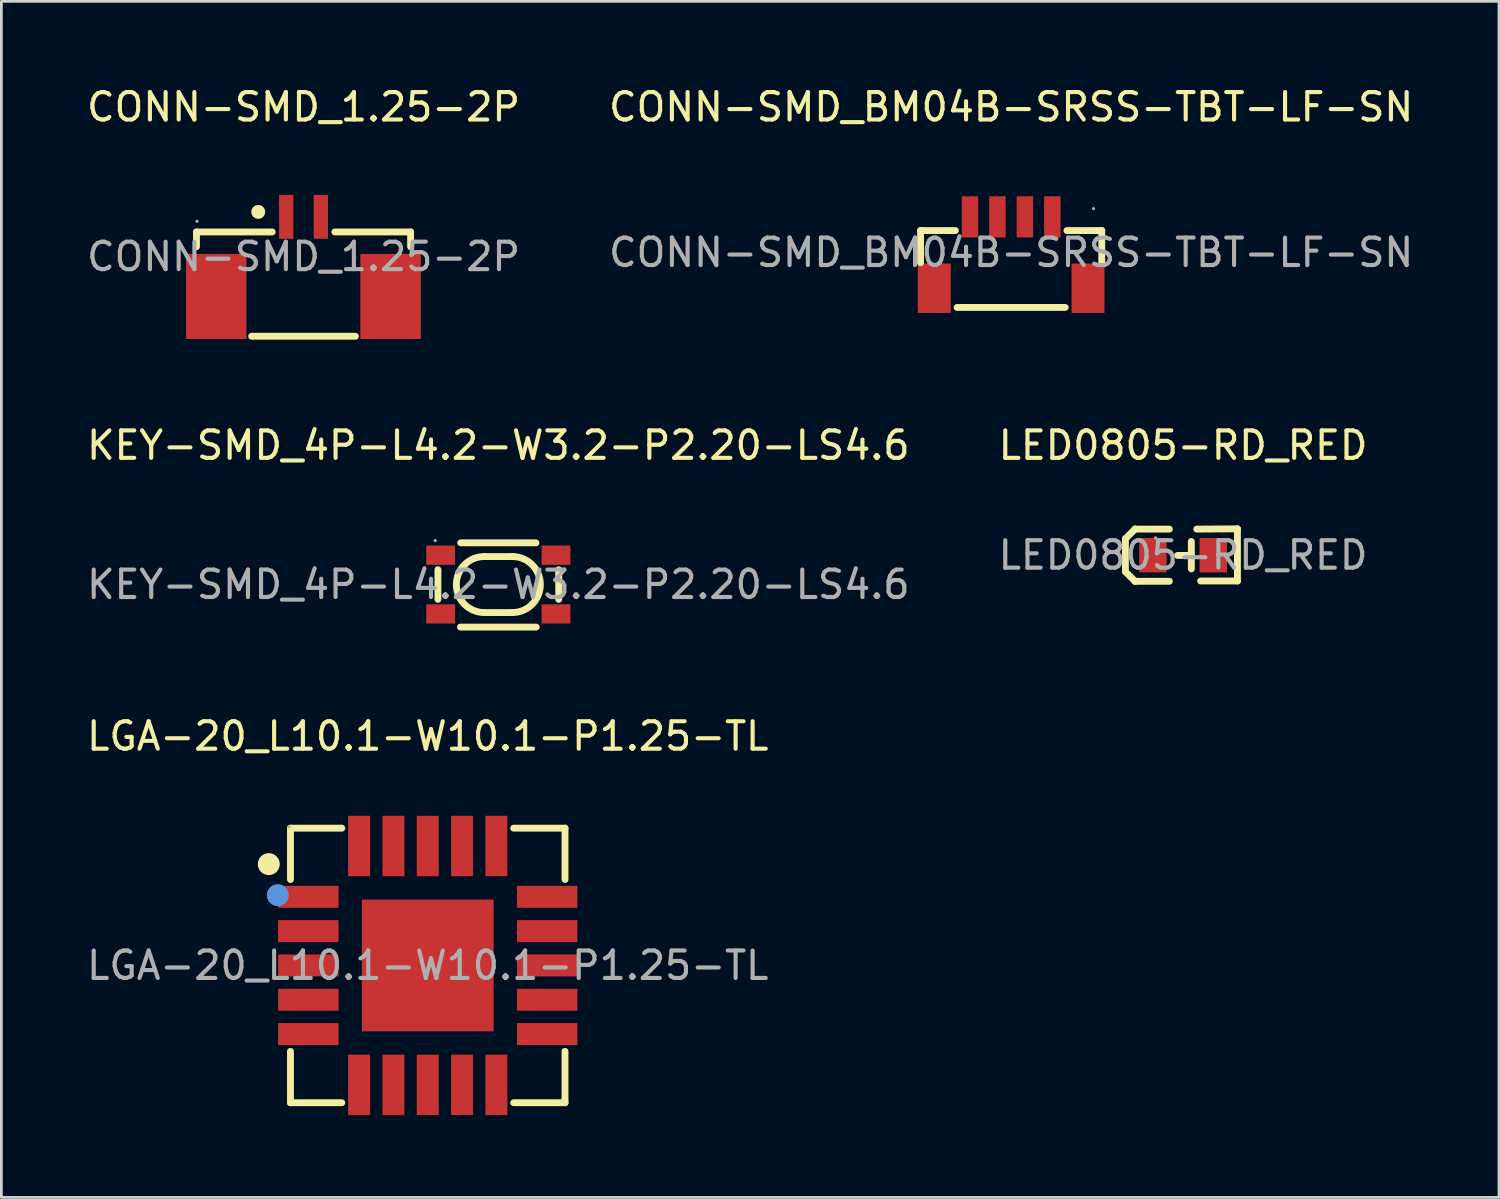
<source format=kicad_pcb>
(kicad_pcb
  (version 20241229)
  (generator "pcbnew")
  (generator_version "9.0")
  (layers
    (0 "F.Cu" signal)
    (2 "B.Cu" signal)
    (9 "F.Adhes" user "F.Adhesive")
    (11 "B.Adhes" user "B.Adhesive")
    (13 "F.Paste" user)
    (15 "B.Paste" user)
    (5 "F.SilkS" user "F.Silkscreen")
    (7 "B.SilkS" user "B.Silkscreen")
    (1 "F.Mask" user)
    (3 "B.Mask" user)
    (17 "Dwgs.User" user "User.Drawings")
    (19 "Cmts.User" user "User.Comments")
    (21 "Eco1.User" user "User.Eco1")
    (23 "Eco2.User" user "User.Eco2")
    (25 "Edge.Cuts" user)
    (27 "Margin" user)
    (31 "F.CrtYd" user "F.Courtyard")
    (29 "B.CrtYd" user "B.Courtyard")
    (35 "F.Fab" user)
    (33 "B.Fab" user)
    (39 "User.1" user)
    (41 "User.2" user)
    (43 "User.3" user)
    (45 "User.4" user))
  (footprint "LGA-20_L10.1-W10.1-P1.25-TL"
    (layer "F.Cu")
    (at 12.53 32.115)
    (property "Reference" "LGA-20_L10.1-W10.1-P1.25-TL" (at 0 -8.35 0) (layer "F.SilkS") (effects (font (size 1 1) (thickness 0.15))))
    (attr smd)
    (fp_line (start -5 -5) (end -3.13 -5) (stroke (width 0.25) (type solid)) (layer "F.SilkS"))
    (fp_line (start -5 -3.13) (end -5 -5) (stroke (width 0.25) (type solid)) (layer "F.SilkS"))
    (fp_line (start -5 5) (end -5 3.13) (stroke (width 0.25) (type solid)) (layer "F.SilkS"))
    (fp_line (start -3.13 5) (end -5 5) (stroke (width 0.25) (type solid)) (layer "F.SilkS"))
    (fp_line (start 3.13 -5) (end 5 -5) (stroke (width 0.25) (type solid)) (layer "F.SilkS"))
    (fp_line (start 5 -5) (end 5 -3.13) (stroke (width 0.25) (type solid)) (layer "F.SilkS"))
    (fp_line (start 5 3.13) (end 5 5) (stroke (width 0.25) (type solid)) (layer "F.SilkS"))
    (fp_line (start 5 5) (end 3.13 5) (stroke (width 0.25) (type solid)) (layer "F.SilkS"))
    (fp_circle (center -5.79 -3.69) (end -5.59 -3.69) (stroke (width 0.4) (type solid)) (fill no) (layer "F.SilkS"))
    (fp_circle (center -5.46 -2.56) (end -5.26 -2.56) (stroke (width 0.4) (type solid)) (fill no) (layer "Cmts.User"))
    (fp_circle (center -5.05 -5.05) (end -5.02 -5.05) (stroke (width 0.06) (type solid)) (fill no) (layer "F.Fab"))
    (fp_text user "${REFERENCE}" (at 0 0 0) (layer "F.Fab") (effects (font (size 1 1) (thickness 0.15))))
    (pad "1" smd rect (at -4.35 -2.5) (size 2.2 0.8) (layers "F.Cu" "F.Mask" "F.Paste"))
    (pad "2" smd rect (at -4.35 -1.25) (size 2.2 0.8) (layers "F.Cu" "F.Mask" "F.Paste"))
    (pad "3" smd rect (at -4.35 0) (size 2.2 0.8) (layers "F.Cu" "F.Mask" "F.Paste"))
    (pad "4" smd rect (at -4.35 1.25) (size 2.2 0.8) (layers "F.Cu" "F.Mask" "F.Paste"))
    (pad "5" smd rect (at -4.35 2.5) (size 2.2 0.8) (layers "F.Cu" "F.Mask" "F.Paste"))
    (pad "6" smd rect (at -2.5 4.35 90) (size 2.2 0.8) (layers "F.Cu" "F.Mask" "F.Paste"))
    (pad "7" smd rect (at -1.25 4.35 90) (size 2.2 0.8) (layers "F.Cu" "F.Mask" "F.Paste"))
    (pad "8" smd rect (at 0 4.35 90) (size 2.2 0.8) (layers "F.Cu" "F.Mask" "F.Paste"))
    (pad "9" smd rect (at 1.25 4.35 90) (size 2.2 0.8) (layers "F.Cu" "F.Mask" "F.Paste"))
    (pad "10" smd rect (at 2.5 4.35 90) (size 2.2 0.8) (layers "F.Cu" "F.Mask" "F.Paste"))
    (pad "11" smd rect (at 4.35 2.5 180) (size 2.2 0.8) (layers "F.Cu" "F.Mask" "F.Paste"))
    (pad "12" smd rect (at 4.35 1.25 180) (size 2.2 0.8) (layers "F.Cu" "F.Mask" "F.Paste"))
    (pad "13" smd rect (at 4.35 0 180) (size 2.2 0.8) (layers "F.Cu" "F.Mask" "F.Paste"))
    (pad "14" smd rect (at 4.35 -1.25 180) (size 2.2 0.8) (layers "F.Cu" "F.Mask" "F.Paste"))
    (pad "15" smd rect (at 4.35 -2.5 180) (size 2.2 0.8) (layers "F.Cu" "F.Mask" "F.Paste"))
    (pad "16" smd rect (at 2.5 -4.35 270) (size 2.2 0.8) (layers "F.Cu" "F.Mask" "F.Paste"))
    (pad "17" smd rect (at 1.25 -4.35 270) (size 2.2 0.8) (layers "F.Cu" "F.Mask" "F.Paste"))
    (pad "18" smd rect (at 0 -4.35 270) (size 2.2 0.8) (layers "F.Cu" "F.Mask" "F.Paste"))
    (pad "19" smd rect (at -1.25 -4.35 270) (size 2.2 0.8) (layers "F.Cu" "F.Mask" "F.Paste"))
    (pad "20" smd rect (at -2.5 -4.35 270) (size 2.2 0.8) (layers "F.Cu" "F.Mask" "F.Paste"))
    (pad "21" smd rect (at 0 0 270) (size 4.8 4.8) (layers "F.Cu" "F.Mask" "F.Paste")))
  (footprint "CONN-SMD_1.25-2P"
    (layer "F.Cu")
    (at 8.006 6.298)
    (property "Reference" "CONN-SMD_1.25-2P" (at 0 -5.45 0) (layer "F.SilkS") (effects (font (size 1 1) (thickness 0.15))))
    (attr smd)
    (fp_line (start -3.9 -0.9) (end -1.14 -0.9) (stroke (width 0.25) (type solid)) (layer "F.SilkS"))
    (fp_line (start -3.9 -0.36) (end -3.9 -0.9) (stroke (width 0.25) (type solid)) (layer "F.SilkS"))
    (fp_line (start -1.89 2.9) (end 1.89 2.9) (stroke (width 0.25) (type solid)) (layer "F.SilkS"))
    (fp_line (start 3.9 -0.9) (end 1.14 -0.9) (stroke (width 0.25) (type solid)) (layer "F.SilkS"))
    (fp_line (start 3.9 -0.36) (end 3.9 -0.9) (stroke (width 0.25) (type solid)) (layer "F.SilkS"))
    (fp_circle (center -1.65 -1.63) (end -1.52 -1.63) (stroke (width 0.25) (type solid)) (fill no) (layer "F.SilkS"))
    (fp_circle (center -3.88 -1.29) (end -3.85 -1.29) (stroke (width 0.06) (type solid)) (fill no) (layer "F.Fab"))
    (fp_text user "${REFERENCE}" (at 0 0 0) (layer "F.Fab") (effects (font (size 1 1) (thickness 0.15))))
    (pad "1" smd rect (at -0.63 -1.45 90) (size 1.6 0.52) (layers "F.Cu" "F.Mask" "F.Paste"))
    (pad "2" smd rect (at 0.63 -1.45 90) (size 1.6 0.52) (layers "F.Cu" "F.Mask" "F.Paste"))
    (pad "3" smd rect (at 3.17 1.45 180) (size 2.2 3.1) (layers "F.Cu" "F.Mask" "F.Paste"))
    (pad "4" smd rect (at -3.18 1.45 180) (size 2.2 3.1) (layers "F.Cu" "F.Mask" "F.Paste")))
  (footprint "KEY-SMD_4P-L4.2-W3.2-P2.20-LS4.6"
    (layer "F.Cu")
    (at 15.101 18.241)
    (property "Reference" "KEY-SMD_4P-L4.2-W3.2-P2.20-LS4.6" (at 0 -5.07 0) (layer "F.SilkS") (effects (font (size 1 1) (thickness 0.15))))
    (attr smd)
    (fp_line (start -2.2 -0.54) (end -2.2 0.54) (stroke (width 0.25) (type solid)) (layer "F.SilkS"))
    (fp_line (start -1.38 1.55) (end 1.38 1.55) (stroke (width 0.25) (type solid)) (layer "F.SilkS"))
    (fp_line (start -0.51 -1.02) (end 0.51 -1.02) (stroke (width 0.25) (type solid)) (layer "F.SilkS"))
    (fp_line (start -0.51 1.02) (end 0.51 1.02) (stroke (width 0.25) (type solid)) (layer "F.SilkS"))
    (fp_line (start 1.37 -1.52) (end -1.37 -1.52) (stroke (width 0.25) (type solid)) (layer "F.SilkS"))
    (fp_line (start 2.2 -0.54) (end 2.2 0.54) (stroke (width 0.25) (type solid)) (layer "F.SilkS"))
    (fp_arc (start -0.51 1.02) (mid -1.53 0) (end -0.51 -1.02) (stroke (width 0.25) (type solid)) (layer "F.SilkS"))
    (fp_arc (start 0.51 -1.02) (mid 1.53 0) (end 0.51 1.02) (stroke (width 0.25) (type solid)) (layer "F.SilkS"))
    (fp_circle (center -2.3 -1.6) (end -2.27 -1.6) (stroke (width 0.06) (type solid)) (fill no) (layer "F.Fab"))
    (fp_text user "${REFERENCE}" (at 0 0 0) (layer "F.Fab") (effects (font (size 1 1) (thickness 0.15))))
    (pad "1" smd rect (at -2.1 -1.07) (size 1.05 0.7) (layers "F.Cu" "F.Mask" "F.Paste"))
    (pad "2" smd rect (at 2.1 -1.07) (size 1.05 0.7) (layers "F.Cu" "F.Mask" "F.Paste"))
    (pad "3" smd rect (at -2.1 1.07) (size 1.05 0.7) (layers "F.Cu" "F.Mask" "F.Paste"))
    (pad "4" smd rect (at 2.1 1.07) (size 1.05 0.7) (layers "F.Cu" "F.Mask" "F.Paste")))
  (footprint "LED0805-RD_RED"
    (layer "F.Cu")
    (at 40.042 17.172)
    (property "Reference" "LED0805-RD_RED" (at 0 -4 0) (layer "F.SilkS") (effects (font (size 1 1) (thickness 0.15))))
    (attr smd)
    (fp_line (start -2.1 -0.6) (end -2.1 0.6) (stroke (width 0.25) (type solid)) (layer "F.SilkS"))
    (fp_line (start -1.75 -0.95) (end -2.1 -0.6) (stroke (width 0.25) (type solid)) (layer "F.SilkS"))
    (fp_line (start -1.75 -0.95) (end -1.75 -0.95) (stroke (width 0.25) (type solid)) (layer "F.SilkS"))
    (fp_line (start -1.75 0.95) (end -2.1 0.6) (stroke (width 0.25) (type solid)) (layer "F.SilkS"))
    (fp_line (start -1.75 0.95) (end -1.75 0.95) (stroke (width 0.25) (type solid)) (layer "F.SilkS"))
    (fp_line (start -0.5 -0.95) (end -1.75 -0.95) (stroke (width 0.25) (type solid)) (layer "F.SilkS"))
    (fp_line (start -0.5 0.95) (end -1.75 0.95) (stroke (width 0.25) (type solid)) (layer "F.SilkS"))
    (fp_line (start 0.3 -0.5) (end 0.3 0.5) (stroke (width 0.25) (type solid)) (layer "F.SilkS"))
    (fp_line (start 0.3 0.01) (end -0.2 0.01) (stroke (width 0.25) (type solid)) (layer "F.SilkS"))
    (fp_line (start 0.5 -0.95) (end 1.98 -0.96) (stroke (width 0.25) (type solid)) (layer "F.SilkS"))
    (fp_line (start 0.64 0.94) (end 1.98 0.94) (stroke (width 0.25) (type solid)) (layer "F.SilkS"))
    (fp_line (start 1.98 -0.96) (end 1.98 0.94) (stroke (width 0.25) (type solid)) (layer "F.SilkS"))
    (fp_circle (center -1 -0.63) (end -0.97 -0.63) (stroke (width 0.06) (type solid)) (fill no) (layer "F.Fab"))
    (fp_text user "${REFERENCE}" (at 0 0 0) (layer "F.Fab") (effects (font (size 1 1) (thickness 0.15))))
    (pad "1" smd rect (at -1.1 0 180) (size 1 1.25) (layers "F.Cu" "F.Mask" "F.Paste"))
    (pad "2" smd rect (at 1.1 0 180) (size 1 1.25) (layers "F.Cu" "F.Mask" "F.Paste")))
  (footprint "CONN-SMD_BM04B-SRSS-TBT-LF-SN"
    (layer "F.Cu")
    (at 33.78 6.148)
    (property "Reference" "CONN-SMD_BM04B-SRSS-TBT-LF-SN" (at 0 -5.3 0) (layer "F.SilkS") (effects (font (size 1 1) (thickness 0.15))))
    (attr smd)
    (fp_line (start -3.3 -0.8) (end -3.3 0.37) (stroke (width 0.25) (type solid)) (layer "F.SilkS"))
    (fp_line (start -3.23 -0.8) (end -3.3 -0.8) (stroke (width 0.25) (type solid)) (layer "F.SilkS"))
    (fp_line (start -2.03 -0.8) (end -3.23 -0.8) (stroke (width 0.25) (type solid)) (layer "F.SilkS"))
    (fp_line (start -1.97 2) (end 1.97 2) (stroke (width 0.25) (type solid)) (layer "F.SilkS"))
    (fp_line (start 2.03 -0.8) (end 3.3 -0.8) (stroke (width 0.25) (type solid)) (layer "F.SilkS"))
    (fp_line (start 3.3 -0.8) (end 3.3 0.37) (stroke (width 0.25) (type solid)) (layer "F.SilkS"))
    (fp_circle (center 3 -1.6) (end 3.03 -1.6) (stroke (width 0.06) (type solid)) (fill no) (layer "F.Fab"))
    (fp_text user "${REFERENCE}" (at 0 0 0) (layer "F.Fab") (effects (font (size 1 1) (thickness 0.15))))
    (pad "1" smd rect (at 1.5 -1.3) (size 0.6 1.5) (layers "F.Cu" "F.Mask" "F.Paste"))
    (pad "2" smd rect (at 0.5 -1.3) (size 0.6 1.5) (layers "F.Cu" "F.Mask" "F.Paste"))
    (pad "3" smd rect (at -0.5 -1.3) (size 0.6 1.5) (layers "F.Cu" "F.Mask" "F.Paste"))
    (pad "4" smd rect (at -1.5 -1.3) (size 0.6 1.5) (layers "F.Cu" "F.Mask" "F.Paste"))
    (pad "5" smd rect (at -2.8 1.3) (size 1.2 1.8) (layers "F.Cu" "F.Mask" "F.Paste"))
    (pad "6" smd rect (at 2.8 1.3) (size 1.2 1.8) (layers "F.Cu" "F.Mask" "F.Paste")))
  (gr_rect
    (start -3 -3)
    (end 51.548 40.565)
    (stroke (width 0.1) (type default))
    (fill no)
    (layer "Edge.Cuts")))
</source>
